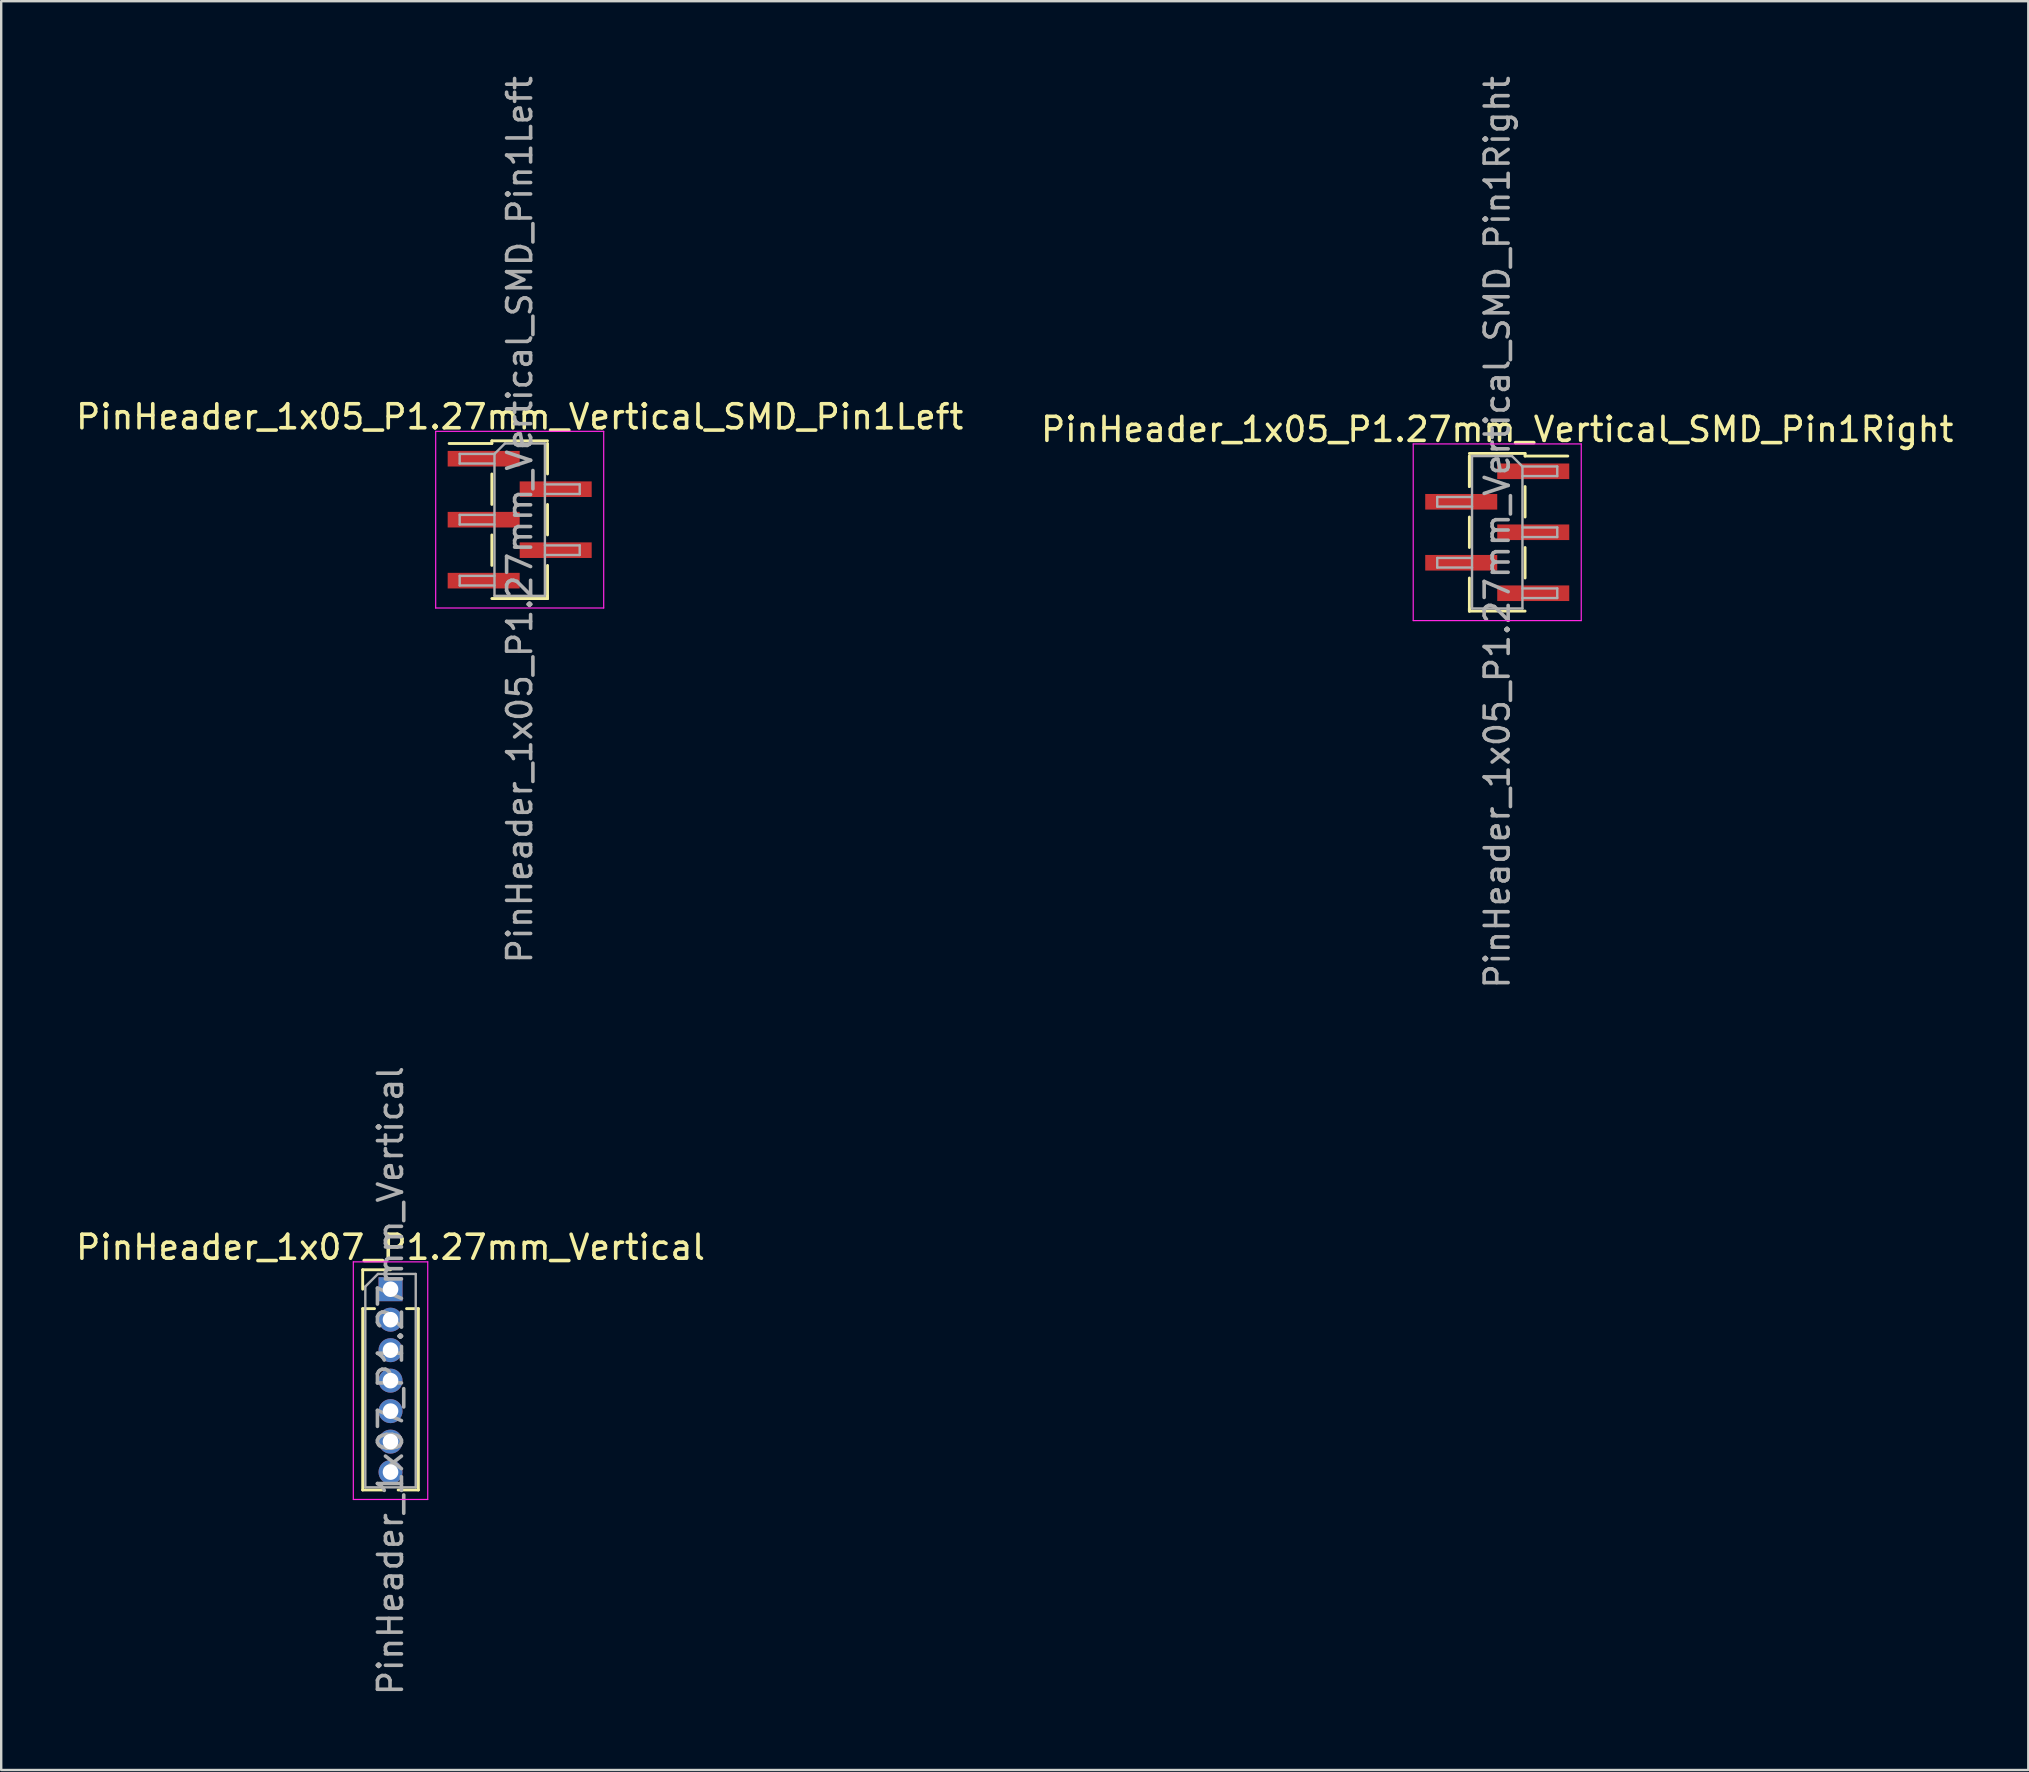
<source format=kicad_pcb>
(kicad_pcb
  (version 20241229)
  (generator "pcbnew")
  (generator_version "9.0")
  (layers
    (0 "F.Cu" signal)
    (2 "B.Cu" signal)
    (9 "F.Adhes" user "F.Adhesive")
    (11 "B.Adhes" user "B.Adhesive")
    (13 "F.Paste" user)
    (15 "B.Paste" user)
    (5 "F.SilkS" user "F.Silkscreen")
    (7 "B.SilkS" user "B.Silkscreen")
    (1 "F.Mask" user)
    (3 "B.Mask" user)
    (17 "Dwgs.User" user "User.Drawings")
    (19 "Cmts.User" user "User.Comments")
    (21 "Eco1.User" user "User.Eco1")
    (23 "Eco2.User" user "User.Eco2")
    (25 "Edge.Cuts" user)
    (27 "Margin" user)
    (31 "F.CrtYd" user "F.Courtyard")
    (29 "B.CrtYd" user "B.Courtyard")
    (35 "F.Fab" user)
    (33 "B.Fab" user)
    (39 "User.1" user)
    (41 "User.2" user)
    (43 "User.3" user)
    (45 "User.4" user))
  (footprint "PinHeader_1x05_P1.27mm_Vertical_SMD_Pin1Right"
    (layer "F.Cu")
    (at 59.327 19.125)
    (property "Reference" "PinHeader_1x05_P1.27mm_Vertical_SMD_Pin1Right" (at 0 -4.285 0) (layer "F.SilkS") (effects (font (size 1 1) (thickness 0.15))))
    (attr smd)
    (fp_line (start -1.16 -3.285) (end 1.16 -3.285) (stroke (width 0.12) (type solid)) (layer "F.SilkS"))
    (fp_line (start -1.16 -3.175) (end -1.16 -1.905) (stroke (width 0.12) (type solid)) (layer "F.SilkS"))
    (fp_line (start -1.16 -3.175) (end -1.16 -1.905) (stroke (width 0.12) (type solid)) (layer "F.SilkS"))
    (fp_line (start -1.16 -0.635) (end -1.16 0.635) (stroke (width 0.12) (type solid)) (layer "F.SilkS"))
    (fp_line (start -1.16 1.905) (end -1.16 3.285) (stroke (width 0.12) (type solid)) (layer "F.SilkS"))
    (fp_line (start -1.16 3.175) (end -1.16 3.285) (stroke (width 0.12) (type solid)) (layer "F.SilkS"))
    (fp_line (start -1.16 3.285) (end 1.16 3.285) (stroke (width 0.12) (type solid)) (layer "F.SilkS"))
    (fp_line (start 1.16 -3.285) (end 1.16 -3.175) (stroke (width 0.12) (type solid)) (layer "F.SilkS"))
    (fp_line (start 1.16 -3.175) (end 2.94 -3.175) (stroke (width 0.12) (type solid)) (layer "F.SilkS"))
    (fp_line (start 1.16 -1.905) (end 1.16 -0.635) (stroke (width 0.12) (type solid)) (layer "F.SilkS"))
    (fp_line (start 1.16 0.635) (end 1.16 1.905) (stroke (width 0.12) (type solid)) (layer "F.SilkS"))
    (fp_line (start -3.5 -3.68) (end -3.5 3.68) (stroke (width 0.05) (type solid)) (layer "F.CrtYd"))
    (fp_line (start -3.5 3.68) (end 3.5 3.68) (stroke (width 0.05) (type solid)) (layer "F.CrtYd"))
    (fp_line (start 3.5 -3.68) (end -3.5 -3.68) (stroke (width 0.05) (type solid)) (layer "F.CrtYd"))
    (fp_line (start 3.5 3.68) (end 3.5 -3.68) (stroke (width 0.05) (type solid)) (layer "F.CrtYd"))
    (fp_line (start -2.5 -1.47) (end -2.5 -1.07) (stroke (width 0.1) (type solid)) (layer "F.Fab"))
    (fp_line (start -2.5 -1.07) (end -1.05 -1.07) (stroke (width 0.1) (type solid)) (layer "F.Fab"))
    (fp_line (start -2.5 1.07) (end -2.5 1.47) (stroke (width 0.1) (type solid)) (layer "F.Fab"))
    (fp_line (start -2.5 1.47) (end -1.05 1.47) (stroke (width 0.1) (type solid)) (layer "F.Fab"))
    (fp_line (start -1.05 -3.175) (end -1.05 3.175) (stroke (width 0.1) (type solid)) (layer "F.Fab"))
    (fp_line (start -1.05 -3.175) (end 0.615 -3.175) (stroke (width 0.1) (type solid)) (layer "F.Fab"))
    (fp_line (start -1.05 -1.47) (end -2.5 -1.47) (stroke (width 0.1) (type solid)) (layer "F.Fab"))
    (fp_line (start -1.05 1.07) (end -2.5 1.07) (stroke (width 0.1) (type solid)) (layer "F.Fab"))
    (fp_line (start 1.05 -2.74) (end 0.615 -3.175) (stroke (width 0.1) (type solid)) (layer "F.Fab"))
    (fp_line (start 1.05 -2.74) (end 2.5 -2.74) (stroke (width 0.1) (type solid)) (layer "F.Fab"))
    (fp_line (start 1.05 -0.2) (end 2.5 -0.2) (stroke (width 0.1) (type solid)) (layer "F.Fab"))
    (fp_line (start 1.05 2.34) (end 2.5 2.34) (stroke (width 0.1) (type solid)) (layer "F.Fab"))
    (fp_line (start 1.05 3.175) (end -1.05 3.175) (stroke (width 0.1) (type solid)) (layer "F.Fab"))
    (fp_line (start 1.05 3.175) (end 1.05 -2.74) (stroke (width 0.1) (type solid)) (layer "F.Fab"))
    (fp_line (start 2.5 -2.74) (end 2.5 -2.34) (stroke (width 0.1) (type solid)) (layer "F.Fab"))
    (fp_line (start 2.5 -2.34) (end 1.05 -2.34) (stroke (width 0.1) (type solid)) (layer "F.Fab"))
    (fp_line (start 2.5 -0.2) (end 2.5 0.2) (stroke (width 0.1) (type solid)) (layer "F.Fab"))
    (fp_line (start 2.5 0.2) (end 1.05 0.2) (stroke (width 0.1) (type solid)) (layer "F.Fab"))
    (fp_line (start 2.5 2.34) (end 2.5 2.74) (stroke (width 0.1) (type solid)) (layer "F.Fab"))
    (fp_line (start 2.5 2.74) (end 1.05 2.74) (stroke (width 0.1) (type solid)) (layer "F.Fab"))
    (fp_text user "${REFERENCE}" (at 0 0 90) (layer "F.Fab") (effects (font (size 1 1) (thickness 0.15))))
    (pad "1" smd rect (at 1.5 -2.54) (size 3 0.65) (layers "F.Cu" "F.Mask" "F.Paste"))
    (pad "2" smd rect (at -1.5 -1.27) (size 3 0.65) (layers "F.Cu" "F.Mask" "F.Paste"))
    (pad "3" smd rect (at 1.5 0) (size 3 0.65) (layers "F.Cu" "F.Mask" "F.Paste"))
    (pad "4" smd rect (at -1.5 1.27) (size 3 0.65) (layers "F.Cu" "F.Mask" "F.Paste"))
    (pad "5" smd rect (at 1.5 2.54) (size 3 0.65) (layers "F.Cu" "F.Mask" "F.Paste")))
  (footprint "PinHeader_1x05_P1.27mm_Vertical_SMD_Pin1Left"
    (layer "F.Cu")
    (at 18.601 18.601)
    (property "Reference" "PinHeader_1x05_P1.27mm_Vertical_SMD_Pin1Left" (at 0 -4.285 0) (layer "F.SilkS") (effects (font (size 1 1) (thickness 0.15))))
    (attr smd)
    (fp_line (start -1.16 -3.285) (end -1.16 -3.175) (stroke (width 0.12) (type solid)) (layer "F.SilkS"))
    (fp_line (start -1.16 -3.285) (end 1.16 -3.285) (stroke (width 0.12) (type solid)) (layer "F.SilkS"))
    (fp_line (start -1.16 -3.175) (end -2.94 -3.175) (stroke (width 0.12) (type solid)) (layer "F.SilkS"))
    (fp_line (start -1.16 -1.905) (end -1.16 -0.635) (stroke (width 0.12) (type solid)) (layer "F.SilkS"))
    (fp_line (start -1.16 0.635) (end -1.16 1.905) (stroke (width 0.12) (type solid)) (layer "F.SilkS"))
    (fp_line (start -1.16 3.285) (end 1.16 3.285) (stroke (width 0.12) (type solid)) (layer "F.SilkS"))
    (fp_line (start 1.16 -3.175) (end 1.16 -1.905) (stroke (width 0.12) (type solid)) (layer "F.SilkS"))
    (fp_line (start 1.16 -0.635) (end 1.16 0.635) (stroke (width 0.12) (type solid)) (layer "F.SilkS"))
    (fp_line (start 1.16 1.905) (end 1.16 3.285) (stroke (width 0.12) (type solid)) (layer "F.SilkS"))
    (fp_line (start 1.16 3.175) (end 1.16 3.285) (stroke (width 0.12) (type solid)) (layer "F.SilkS"))
    (fp_line (start -3.5 -3.68) (end -3.5 3.68) (stroke (width 0.05) (type solid)) (layer "F.CrtYd"))
    (fp_line (start -3.5 3.68) (end 3.5 3.68) (stroke (width 0.05) (type solid)) (layer "F.CrtYd"))
    (fp_line (start 3.5 -3.68) (end -3.5 -3.68) (stroke (width 0.05) (type solid)) (layer "F.CrtYd"))
    (fp_line (start 3.5 3.68) (end 3.5 -3.68) (stroke (width 0.05) (type solid)) (layer "F.CrtYd"))
    (fp_line (start -2.5 -2.74) (end -2.5 -2.34) (stroke (width 0.1) (type solid)) (layer "F.Fab"))
    (fp_line (start -2.5 -2.34) (end -1.05 -2.34) (stroke (width 0.1) (type solid)) (layer "F.Fab"))
    (fp_line (start -2.5 -0.2) (end -2.5 0.2) (stroke (width 0.1) (type solid)) (layer "F.Fab"))
    (fp_line (start -2.5 0.2) (end -1.05 0.2) (stroke (width 0.1) (type solid)) (layer "F.Fab"))
    (fp_line (start -2.5 2.34) (end -2.5 2.74) (stroke (width 0.1) (type solid)) (layer "F.Fab"))
    (fp_line (start -2.5 2.74) (end -1.05 2.74) (stroke (width 0.1) (type solid)) (layer "F.Fab"))
    (fp_line (start -1.05 -2.74) (end -2.5 -2.74) (stroke (width 0.1) (type solid)) (layer "F.Fab"))
    (fp_line (start -1.05 -2.74) (end -0.615 -3.175) (stroke (width 0.1) (type solid)) (layer "F.Fab"))
    (fp_line (start -1.05 -0.2) (end -2.5 -0.2) (stroke (width 0.1) (type solid)) (layer "F.Fab"))
    (fp_line (start -1.05 2.34) (end -2.5 2.34) (stroke (width 0.1) (type solid)) (layer "F.Fab"))
    (fp_line (start -1.05 3.175) (end -1.05 -2.74) (stroke (width 0.1) (type solid)) (layer "F.Fab"))
    (fp_line (start -0.615 -3.175) (end 1.05 -3.175) (stroke (width 0.1) (type solid)) (layer "F.Fab"))
    (fp_line (start 1.05 -3.175) (end 1.05 3.175) (stroke (width 0.1) (type solid)) (layer "F.Fab"))
    (fp_line (start 1.05 -1.47) (end 2.5 -1.47) (stroke (width 0.1) (type solid)) (layer "F.Fab"))
    (fp_line (start 1.05 1.07) (end 2.5 1.07) (stroke (width 0.1) (type solid)) (layer "F.Fab"))
    (fp_line (start 1.05 3.175) (end -1.05 3.175) (stroke (width 0.1) (type solid)) (layer "F.Fab"))
    (fp_line (start 2.5 -1.47) (end 2.5 -1.07) (stroke (width 0.1) (type solid)) (layer "F.Fab"))
    (fp_line (start 2.5 -1.07) (end 1.05 -1.07) (stroke (width 0.1) (type solid)) (layer "F.Fab"))
    (fp_line (start 2.5 1.07) (end 2.5 1.47) (stroke (width 0.1) (type solid)) (layer "F.Fab"))
    (fp_line (start 2.5 1.47) (end 1.05 1.47) (stroke (width 0.1) (type solid)) (layer "F.Fab"))
    (fp_text user "${REFERENCE}" (at 0 0 90) (layer "F.Fab") (effects (font (size 1 1) (thickness 0.15))))
    (pad "1" smd rect (at -1.5 -2.54) (size 3 0.65) (layers "F.Cu" "F.Mask" "F.Paste"))
    (pad "2" smd rect (at 1.5 -1.27) (size 3 0.65) (layers "F.Cu" "F.Mask" "F.Paste"))
    (pad "3" smd rect (at -1.5 0) (size 3 0.65) (layers "F.Cu" "F.Mask" "F.Paste"))
    (pad "4" smd rect (at 1.5 1.27) (size 3 0.65) (layers "F.Cu" "F.Mask" "F.Paste"))
    (pad "5" smd rect (at -1.5 2.54) (size 3 0.65) (layers "F.Cu" "F.Mask" "F.Paste")))
  (footprint "PinHeader_1x07_P1.27mm_Vertical"
    (layer "F.Cu")
    (at 13.22 50.66)
    (property "Reference" "PinHeader_1x07_P1.27mm_Vertical" (at 0 -1.745 0) (layer "F.SilkS") (effects (font (size 1 1) (thickness 0.15))))
    (attr through_hole)
    (fp_line (start -1.16 -0.81) (end 0 -0.81) (stroke (width 0.12) (type solid)) (layer "F.SilkS"))
    (fp_line (start -1.16 0) (end -1.16 -0.81) (stroke (width 0.12) (type solid)) (layer "F.SilkS"))
    (fp_line (start -1.16 0.81) (end -1.16 8.365) (stroke (width 0.12) (type solid)) (layer "F.SilkS"))
    (fp_line (start -1.16 0.81) (end -0.667 0.81) (stroke (width 0.12) (type solid)) (layer "F.SilkS"))
    (fp_line (start -1.16 8.365) (end -0.318 8.365) (stroke (width 0.12) (type solid)) (layer "F.SilkS"))
    (fp_line (start 0.318 8.365) (end 1.16 8.365) (stroke (width 0.12) (type solid)) (layer "F.SilkS"))
    (fp_line (start 0.667 0.81) (end 1.16 0.81) (stroke (width 0.12) (type solid)) (layer "F.SilkS"))
    (fp_line (start 1.16 0.81) (end 1.16 8.365) (stroke (width 0.12) (type solid)) (layer "F.SilkS"))
    (fp_line (start -1.55 -1.14) (end -1.55 8.76) (stroke (width 0.05) (type solid)) (layer "F.CrtYd"))
    (fp_line (start -1.55 8.76) (end 1.55 8.76) (stroke (width 0.05) (type solid)) (layer "F.CrtYd"))
    (fp_line (start 1.55 -1.14) (end -1.55 -1.14) (stroke (width 0.05) (type solid)) (layer "F.CrtYd"))
    (fp_line (start 1.55 8.76) (end 1.55 -1.14) (stroke (width 0.05) (type solid)) (layer "F.CrtYd"))
    (fp_line (start -1.05 -0.11) (end -0.525 -0.635) (stroke (width 0.1) (type solid)) (layer "F.Fab"))
    (fp_line (start -1.05 8.255) (end -1.05 -0.11) (stroke (width 0.1) (type solid)) (layer "F.Fab"))
    (fp_line (start -0.525 -0.635) (end 1.05 -0.635) (stroke (width 0.1) (type solid)) (layer "F.Fab"))
    (fp_line (start 1.05 -0.635) (end 1.05 8.255) (stroke (width 0.1) (type solid)) (layer "F.Fab"))
    (fp_line (start 1.05 8.255) (end -1.05 8.255) (stroke (width 0.1) (type solid)) (layer "F.Fab"))
    (fp_text user "${REFERENCE}" (at 0 3.81 90) (layer "F.Fab") (effects (font (size 1 1) (thickness 0.15))))
    (pad "1" thru_hole rect (at 0 0) (size 1 1) (drill 0.65) (layers "*.Cu" "*.Mask"))
    (pad "2" thru_hole circle (at 0 1.27) (size 1 1) (drill 0.65) (layers "*.Cu" "*.Mask"))
    (pad "3" thru_hole circle (at 0 2.54) (size 1 1) (drill 0.65) (layers "*.Cu" "*.Mask"))
    (pad "4" thru_hole circle (at 0 3.81) (size 1 1) (drill 0.65) (layers "*.Cu" "*.Mask"))
    (pad "5" thru_hole circle (at 0 5.08) (size 1 1) (drill 0.65) (layers "*.Cu" "*.Mask"))
    (pad "6" thru_hole circle (at 0 6.35) (size 1 1) (drill 0.65) (layers "*.Cu" "*.Mask"))
    (pad "7" thru_hole circle (at 0 7.62) (size 1 1) (drill 0.65) (layers "*.Cu" "*.Mask")))
  (gr_rect
    (start -3 -3)
    (end 81.452 70.69)
    (stroke (width 0.1) (type default))
    (fill no)
    (layer "Edge.Cuts")))
</source>
